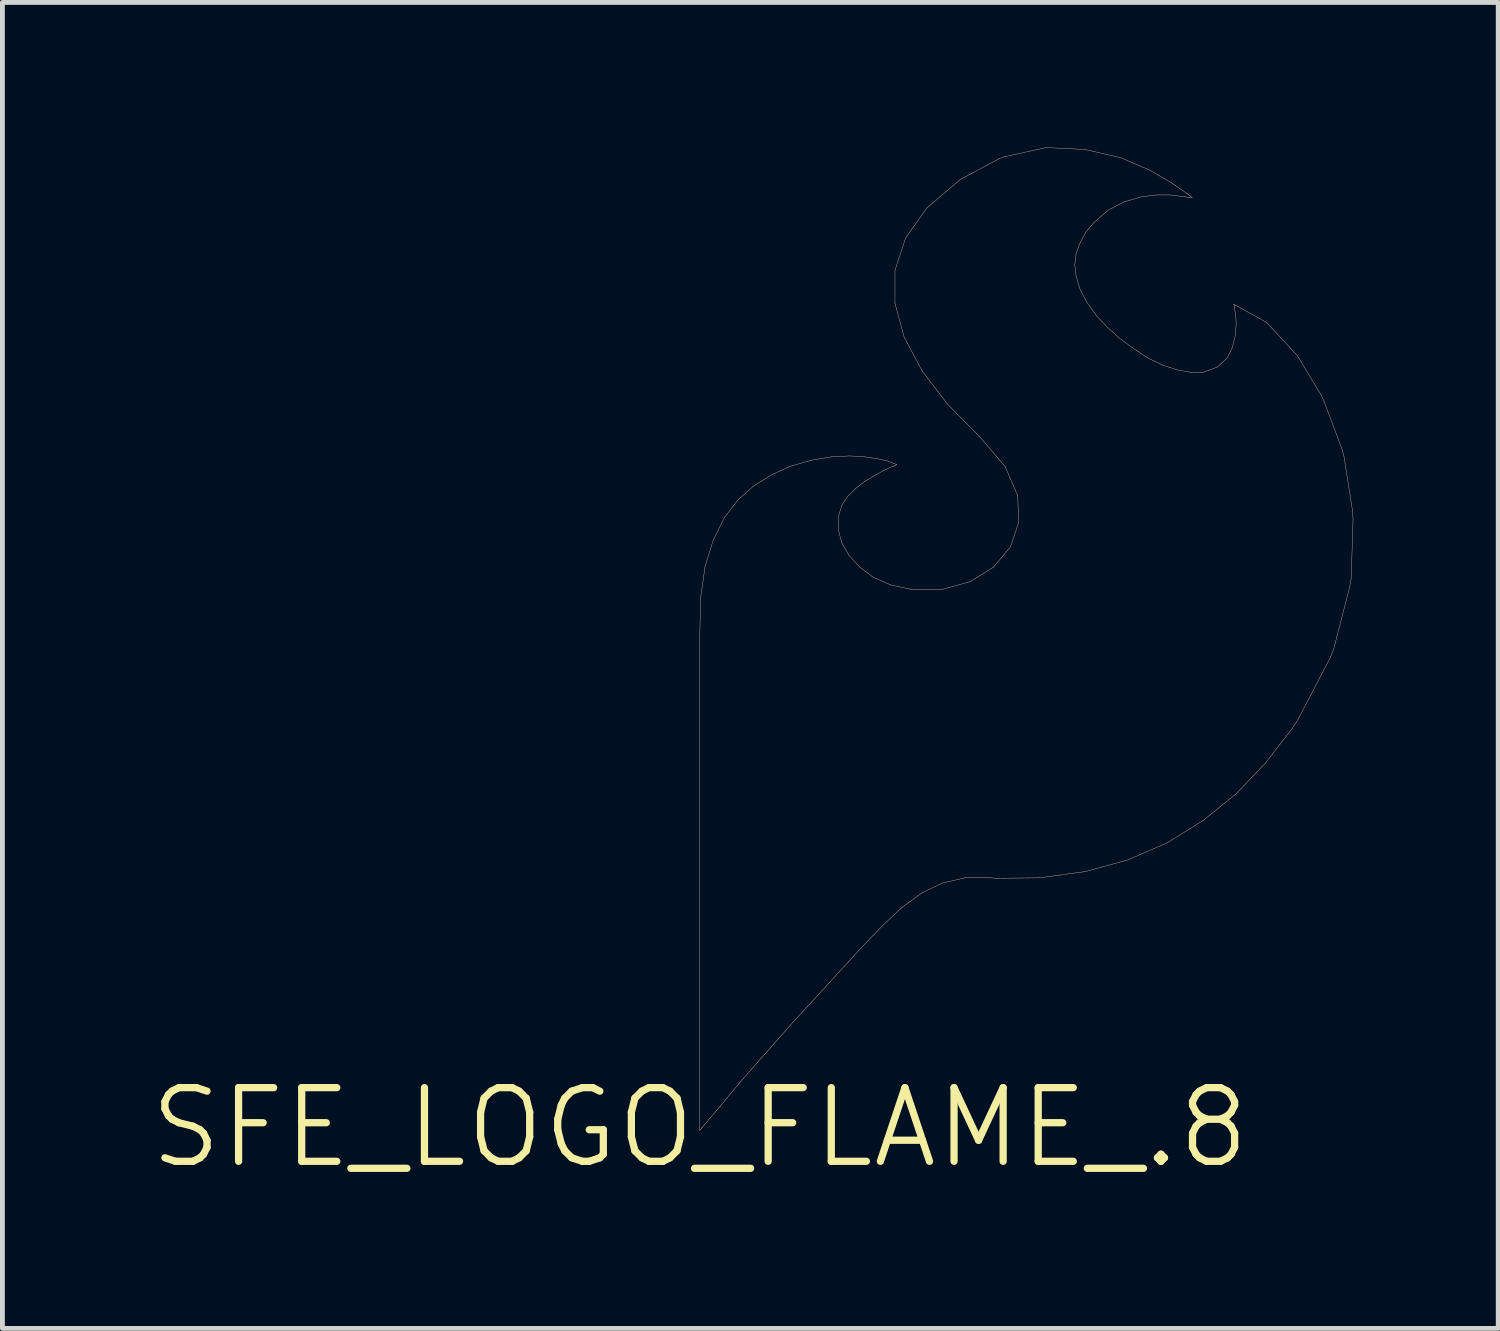
<source format=kicad_pcb>
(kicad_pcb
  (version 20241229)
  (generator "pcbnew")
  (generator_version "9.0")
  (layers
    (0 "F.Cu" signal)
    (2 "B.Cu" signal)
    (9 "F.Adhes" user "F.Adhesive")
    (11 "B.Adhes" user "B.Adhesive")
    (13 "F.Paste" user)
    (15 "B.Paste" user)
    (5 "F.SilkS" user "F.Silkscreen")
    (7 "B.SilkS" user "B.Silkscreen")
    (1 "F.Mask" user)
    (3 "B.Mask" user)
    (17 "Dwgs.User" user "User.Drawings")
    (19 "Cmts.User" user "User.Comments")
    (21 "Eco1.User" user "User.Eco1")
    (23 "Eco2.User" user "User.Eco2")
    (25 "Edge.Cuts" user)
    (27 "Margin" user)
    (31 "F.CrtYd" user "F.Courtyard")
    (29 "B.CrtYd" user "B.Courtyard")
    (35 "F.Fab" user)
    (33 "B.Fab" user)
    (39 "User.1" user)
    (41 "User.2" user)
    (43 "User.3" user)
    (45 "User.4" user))
  (footprint "SFE_LOGO_FLAME_.8"
    (layer "F.Cu")
    (at 11.43 20.283)
    (property "Reference" "SFE_LOGO_FLAME_.8" (at 0 0 0) (layer "F.SilkS") (effects (font (size 1.524 1.524) (thickness 0.15))))
    (attr exclude_from_pos_files exclude_from_bom)
    (fp_line (start 0 -10.188) (end 0 0.058) (stroke (width 0.008) (type solid)) (layer "B.SilkS"))
    (fp_line (start 0 0.058) (end 0.048 0) (stroke (width 0.008) (type solid)) (layer "B.SilkS"))
    (fp_line (start 0.018 -10.958) (end 0 -10.188) (stroke (width 0.008) (type solid)) (layer "B.SilkS"))
    (fp_line (start 0.048 0) (end 0.188 -0.168) (stroke (width 0.008) (type solid)) (layer "B.SilkS"))
    (fp_line (start 0.109 -11.608) (end 0.018 -10.958) (stroke (width 0.008) (type solid)) (layer "B.SilkS"))
    (fp_line (start 0.188 -0.168) (end 0.419 -0.439) (stroke (width 0.008) (type solid)) (layer "B.SilkS"))
    (fp_line (start 0.279 -12.159) (end 0.109 -11.608) (stroke (width 0.008) (type solid)) (layer "B.SilkS"))
    (fp_line (start 0.419 -0.439) (end 0.709 -0.79) (stroke (width 0.008) (type solid)) (layer "B.SilkS"))
    (fp_line (start 0.508 -12.619) (end 0.279 -12.159) (stroke (width 0.008) (type solid)) (layer "B.SilkS"))
    (fp_line (start 0.709 -0.79) (end 1.069 -1.209) (stroke (width 0.008) (type solid)) (layer "B.SilkS"))
    (fp_line (start 0.79 -12.99) (end 0.508 -12.619) (stroke (width 0.008) (type solid)) (layer "B.SilkS"))
    (fp_line (start 1.069 -1.209) (end 1.478 -1.669) (stroke (width 0.008) (type solid)) (layer "B.SilkS"))
    (fp_line (start 1.118 -13.279) (end 0.79 -12.99) (stroke (width 0.008) (type solid)) (layer "B.SilkS"))
    (fp_line (start 1.478 -1.669) (end 1.918 -2.169) (stroke (width 0.008) (type solid)) (layer "B.SilkS"))
    (fp_line (start 1.488 -13.508) (end 1.118 -13.279) (stroke (width 0.008) (type solid)) (layer "B.SilkS"))
    (fp_line (start 1.88 -13.688) (end 1.488 -13.508) (stroke (width 0.008) (type solid)) (layer "B.SilkS"))
    (fp_line (start 1.918 -2.169) (end 2.398 -2.69) (stroke (width 0.008) (type solid)) (layer "B.SilkS"))
    (fp_line (start 2.309 -13.81) (end 1.88 -13.688) (stroke (width 0.008) (type solid)) (layer "B.SilkS"))
    (fp_line (start 2.398 -2.69) (end 2.908 -3.249) (stroke (width 0.008) (type solid)) (layer "B.SilkS"))
    (fp_line (start 2.718 -13.879) (end 2.309 -13.81) (stroke (width 0.008) (type solid)) (layer "B.SilkS"))
    (fp_line (start 2.868 -12.639) (end 2.939 -12.878) (stroke (width 0.008) (type solid)) (layer "B.SilkS"))
    (fp_line (start 2.868 -12.37) (end 2.868 -12.639) (stroke (width 0.008) (type solid)) (layer "B.SilkS"))
    (fp_line (start 2.908 -3.249) (end 3.368 -3.749) (stroke (width 0.008) (type solid)) (layer "B.SilkS"))
    (fp_line (start 2.939 -12.878) (end 3.058 -13.058) (stroke (width 0.008) (type solid)) (layer "B.SilkS"))
    (fp_line (start 2.939 -12.098) (end 2.868 -12.37) (stroke (width 0.008) (type solid)) (layer "B.SilkS"))
    (fp_line (start 3.058 -13.058) (end 3.228 -13.228) (stroke (width 0.008) (type solid)) (layer "B.SilkS"))
    (fp_line (start 3.089 -11.839) (end 2.939 -12.098) (stroke (width 0.008) (type solid)) (layer "B.SilkS"))
    (fp_line (start 3.099 -13.899) (end 2.718 -13.879) (stroke (width 0.008) (type solid)) (layer "B.SilkS"))
    (fp_line (start 3.228 -13.228) (end 3.409 -13.368) (stroke (width 0.008) (type solid)) (layer "B.SilkS"))
    (fp_line (start 3.31 -11.598) (end 3.089 -11.839) (stroke (width 0.008) (type solid)) (layer "B.SilkS"))
    (fp_line (start 3.368 -3.749) (end 3.79 -4.188) (stroke (width 0.008) (type solid)) (layer "B.SilkS"))
    (fp_line (start 3.409 -13.368) (end 3.609 -13.49) (stroke (width 0.008) (type solid)) (layer "B.SilkS"))
    (fp_line (start 3.419 -13.879) (end 3.099 -13.899) (stroke (width 0.008) (type solid)) (layer "B.SilkS"))
    (fp_line (start 3.589 -11.389) (end 3.31 -11.598) (stroke (width 0.008) (type solid)) (layer "B.SilkS"))
    (fp_line (start 3.609 -13.49) (end 3.79 -13.589) (stroke (width 0.008) (type solid)) (layer "B.SilkS"))
    (fp_line (start 3.688 -13.838) (end 3.419 -13.879) (stroke (width 0.008) (type solid)) (layer "B.SilkS"))
    (fp_line (start 3.79 -13.589) (end 3.929 -13.658) (stroke (width 0.008) (type solid)) (layer "B.SilkS"))
    (fp_line (start 3.79 -4.188) (end 4.188 -4.559) (stroke (width 0.008) (type solid)) (layer "B.SilkS"))
    (fp_line (start 3.899 -13.79) (end 3.688 -13.838) (stroke (width 0.008) (type solid)) (layer "B.SilkS"))
    (fp_line (start 3.929 -13.658) (end 4.039 -13.698) (stroke (width 0.008) (type solid)) (layer "B.SilkS"))
    (fp_line (start 3.95 -11.229) (end 3.589 -11.389) (stroke (width 0.008) (type solid)) (layer "B.SilkS"))
    (fp_line (start 4.028 -13.739) (end 3.899 -13.79) (stroke (width 0.008) (type solid)) (layer "B.SilkS"))
    (fp_line (start 4.039 -17.739) (end 4.039 -17.059) (stroke (width 0.008) (type solid)) (layer "B.SilkS"))
    (fp_line (start 4.039 -17.059) (end 4.229 -16.358) (stroke (width 0.008) (type solid)) (layer "B.SilkS"))
    (fp_line (start 4.039 -13.698) (end 4.079 -13.719) (stroke (width 0.008) (type solid)) (layer "B.SilkS"))
    (fp_line (start 4.079 -13.719) (end 4.028 -13.739) (stroke (width 0.008) (type solid)) (layer "B.SilkS"))
    (fp_line (start 4.188 -4.559) (end 4.6 -4.859) (stroke (width 0.008) (type solid)) (layer "B.SilkS"))
    (fp_line (start 4.229 -16.358) (end 4.6 -15.659) (stroke (width 0.008) (type solid)) (layer "B.SilkS"))
    (fp_line (start 4.26 -18.41) (end 4.039 -17.739) (stroke (width 0.008) (type solid)) (layer "B.SilkS"))
    (fp_line (start 4.369 -11.138) (end 3.95 -11.229) (stroke (width 0.008) (type solid)) (layer "B.SilkS"))
    (fp_line (start 4.6 -15.659) (end 5.128 -14.968) (stroke (width 0.008) (type solid)) (layer "B.SilkS"))
    (fp_line (start 4.6 -4.859) (end 5.019 -5.06) (stroke (width 0.008) (type solid)) (layer "B.SilkS"))
    (fp_line (start 4.699 -19.03) (end 4.26 -18.41) (stroke (width 0.008) (type solid)) (layer "B.SilkS"))
    (fp_line (start 5.019 -11.138) (end 4.369 -11.138) (stroke (width 0.008) (type solid)) (layer "B.SilkS"))
    (fp_line (start 5.019 -5.06) (end 5.489 -5.169) (stroke (width 0.008) (type solid)) (layer "B.SilkS"))
    (fp_line (start 5.128 -14.968) (end 5.799 -14.287) (stroke (width 0.008) (type solid)) (layer "B.SilkS"))
    (fp_line (start 5.39 -19.619) (end 4.699 -19.03) (stroke (width 0.008) (type solid)) (layer "B.SilkS"))
    (fp_line (start 5.489 -5.169) (end 6.01 -5.169) (stroke (width 0.008) (type solid)) (layer "B.SilkS"))
    (fp_line (start 5.598 -11.298) (end 5.019 -11.138) (stroke (width 0.008) (type solid)) (layer "B.SilkS"))
    (fp_line (start 5.799 -14.287) (end 6.32 -13.678) (stroke (width 0.008) (type solid)) (layer "B.SilkS"))
    (fp_line (start 6.01 -5.169) (end 6.139 -5.159) (stroke (width 0.008) (type solid)) (layer "B.SilkS"))
    (fp_line (start 6.078 -11.598) (end 5.598 -11.298) (stroke (width 0.008) (type solid)) (layer "B.SilkS"))
    (fp_line (start 6.139 -5.159) (end 7.028 -5.169) (stroke (width 0.008) (type solid)) (layer "B.SilkS"))
    (fp_line (start 6.19 -20.048) (end 5.39 -19.619) (stroke (width 0.008) (type solid)) (layer "B.SilkS"))
    (fp_line (start 6.299 -20.089) (end 6.19 -20.048) (stroke (width 0.008) (type solid)) (layer "B.SilkS"))
    (fp_line (start 6.32 -13.678) (end 6.579 -13.078) (stroke (width 0.008) (type solid)) (layer "B.SilkS"))
    (fp_line (start 6.429 -12.019) (end 6.078 -11.598) (stroke (width 0.008) (type solid)) (layer "B.SilkS"))
    (fp_line (start 6.579 -13.078) (end 6.599 -12.52) (stroke (width 0.008) (type solid)) (layer "B.SilkS"))
    (fp_line (start 6.599 -12.52) (end 6.429 -12.019) (stroke (width 0.008) (type solid)) (layer "B.SilkS"))
    (fp_line (start 7.028 -5.169) (end 7.978 -5.298) (stroke (width 0.008) (type solid)) (layer "B.SilkS"))
    (fp_line (start 7.168 -20.279) (end 6.299 -20.089) (stroke (width 0.008) (type solid)) (layer "B.SilkS"))
    (fp_line (start 7.76 -17.849) (end 7.788 -18.09) (stroke (width 0.008) (type solid)) (layer "B.SilkS"))
    (fp_line (start 7.788 -18.09) (end 7.869 -18.308) (stroke (width 0.008) (type solid)) (layer "B.SilkS"))
    (fp_line (start 7.788 -17.61) (end 7.76 -17.849) (stroke (width 0.008) (type solid)) (layer "B.SilkS"))
    (fp_line (start 7.869 -18.308) (end 7.988 -18.529) (stroke (width 0.008) (type solid)) (layer "B.SilkS"))
    (fp_line (start 7.869 -17.348) (end 7.788 -17.61) (stroke (width 0.008) (type solid)) (layer "B.SilkS"))
    (fp_line (start 7.978 -20.239) (end 7.168 -20.279) (stroke (width 0.008) (type solid)) (layer "B.SilkS"))
    (fp_line (start 7.978 -5.298) (end 8.86 -5.54) (stroke (width 0.008) (type solid)) (layer "B.SilkS"))
    (fp_line (start 7.988 -18.529) (end 8.158 -18.73) (stroke (width 0.008) (type solid)) (layer "B.SilkS"))
    (fp_line (start 8.009 -17.079) (end 7.869 -17.348) (stroke (width 0.008) (type solid)) (layer "B.SilkS"))
    (fp_line (start 8.158 -18.73) (end 8.458 -18.989) (stroke (width 0.008) (type solid)) (layer "B.SilkS"))
    (fp_line (start 8.219 -16.789) (end 8.009 -17.079) (stroke (width 0.008) (type solid)) (layer "B.SilkS"))
    (fp_line (start 8.438 -16.558) (end 8.219 -16.789) (stroke (width 0.008) (type solid)) (layer "B.SilkS"))
    (fp_line (start 8.458 -18.989) (end 8.788 -19.159) (stroke (width 0.008) (type solid)) (layer "B.SilkS"))
    (fp_line (start 8.689 -16.33) (end 8.438 -16.558) (stroke (width 0.008) (type solid)) (layer "B.SilkS"))
    (fp_line (start 8.71 -20.069) (end 7.978 -20.239) (stroke (width 0.008) (type solid)) (layer "B.SilkS"))
    (fp_line (start 8.788 -19.159) (end 9.129 -19.258) (stroke (width 0.008) (type solid)) (layer "B.SilkS"))
    (fp_line (start 8.86 -5.54) (end 9.68 -5.898) (stroke (width 0.008) (type solid)) (layer "B.SilkS"))
    (fp_line (start 8.979 -16.119) (end 8.689 -16.33) (stroke (width 0.008) (type solid)) (layer "B.SilkS"))
    (fp_line (start 9.129 -19.258) (end 9.449 -19.299) (stroke (width 0.008) (type solid)) (layer "B.SilkS"))
    (fp_line (start 9.268 -15.928) (end 8.979 -16.119) (stroke (width 0.008) (type solid)) (layer "B.SilkS"))
    (fp_line (start 9.319 -19.809) (end 8.71 -20.069) (stroke (width 0.008) (type solid)) (layer "B.SilkS"))
    (fp_line (start 9.449 -19.299) (end 9.738 -19.299) (stroke (width 0.008) (type solid)) (layer "B.SilkS"))
    (fp_line (start 9.578 -15.778) (end 9.268 -15.928) (stroke (width 0.008) (type solid)) (layer "B.SilkS"))
    (fp_line (start 9.68 -5.898) (end 10.419 -6.358) (stroke (width 0.008) (type solid)) (layer "B.SilkS"))
    (fp_line (start 9.738 -19.299) (end 9.98 -19.268) (stroke (width 0.008) (type solid)) (layer "B.SilkS"))
    (fp_line (start 9.779 -19.538) (end 9.319 -19.809) (stroke (width 0.008) (type solid)) (layer "B.SilkS"))
    (fp_line (start 9.878 -15.679) (end 9.578 -15.778) (stroke (width 0.008) (type solid)) (layer "B.SilkS"))
    (fp_line (start 9.98 -19.268) (end 10.13 -19.248) (stroke (width 0.008) (type solid)) (layer "B.SilkS"))
    (fp_line (start 10.079 -19.329) (end 9.779 -19.538) (stroke (width 0.008) (type solid)) (layer "B.SilkS"))
    (fp_line (start 10.13 -19.248) (end 10.188 -19.248) (stroke (width 0.008) (type solid)) (layer "B.SilkS"))
    (fp_line (start 10.16 -15.629) (end 9.878 -15.679) (stroke (width 0.008) (type solid)) (layer "B.SilkS"))
    (fp_line (start 10.188 -19.248) (end 10.079 -19.329) (stroke (width 0.008) (type solid)) (layer "B.SilkS"))
    (fp_line (start 10.419 -15.629) (end 10.16 -15.629) (stroke (width 0.008) (type solid)) (layer "B.SilkS"))
    (fp_line (start 10.419 -6.358) (end 11.1 -6.909) (stroke (width 0.008) (type solid)) (layer "B.SilkS"))
    (fp_line (start 10.709 -15.738) (end 10.419 -15.629) (stroke (width 0.008) (type solid)) (layer "B.SilkS"))
    (fp_line (start 10.909 -15.918) (end 10.709 -15.738) (stroke (width 0.008) (type solid)) (layer "B.SilkS"))
    (fp_line (start 11.019 -16.139) (end 10.909 -15.918) (stroke (width 0.008) (type solid)) (layer "B.SilkS"))
    (fp_line (start 11.049 -17.038) (end 11.059 -17.018) (stroke (width 0.008) (type solid)) (layer "B.SilkS"))
    (fp_line (start 11.059 -17.018) (end 11.059 -16.96) (stroke (width 0.008) (type solid)) (layer "B.SilkS"))
    (fp_line (start 11.059 -16.96) (end 11.09 -16.82) (stroke (width 0.008) (type solid)) (layer "B.SilkS"))
    (fp_line (start 11.079 -16.388) (end 11.019 -16.139) (stroke (width 0.008) (type solid)) (layer "B.SilkS"))
    (fp_line (start 11.09 -16.82) (end 11.1 -16.619) (stroke (width 0.008) (type solid)) (layer "B.SilkS"))
    (fp_line (start 11.1 -16.619) (end 11.079 -16.388) (stroke (width 0.008) (type solid)) (layer "B.SilkS"))
    (fp_line (start 11.1 -6.909) (end 11.709 -7.549) (stroke (width 0.008) (type solid)) (layer "B.SilkS"))
    (fp_line (start 11.709 -7.549) (end 12.258 -8.258) (stroke (width 0.008) (type solid)) (layer "B.SilkS"))
    (fp_line (start 11.73 -16.66) (end 11.049 -17.038) (stroke (width 0.008) (type solid)) (layer "B.SilkS"))
    (fp_line (start 12.258 -8.258) (end 12.38 -8.448) (stroke (width 0.008) (type solid)) (layer "B.SilkS"))
    (fp_line (start 12.37 -15.969) (end 11.73 -16.66) (stroke (width 0.008) (type solid)) (layer "B.SilkS"))
    (fp_line (start 12.38 -8.448) (end 13.048 -9.728) (stroke (width 0.008) (type solid)) (layer "B.SilkS"))
    (fp_line (start 12.857 -15.159) (end 12.37 -15.969) (stroke (width 0.008) (type solid)) (layer "B.SilkS"))
    (fp_line (start 12.918 -15.029) (end 12.857 -15.159) (stroke (width 0.008) (type solid)) (layer "B.SilkS"))
    (fp_line (start 13.048 -9.728) (end 13.119 -9.909) (stroke (width 0.008) (type solid)) (layer "B.SilkS"))
    (fp_line (start 13.119 -9.909) (end 13.449 -11.189) (stroke (width 0.008) (type solid)) (layer "B.SilkS"))
    (fp_line (start 13.289 -14.039) (end 12.918 -15.029) (stroke (width 0.008) (type solid)) (layer "B.SilkS"))
    (fp_line (start 13.33 -13.889) (end 13.289 -14.039) (stroke (width 0.008) (type solid)) (layer "B.SilkS"))
    (fp_line (start 13.449 -11.189) (end 13.48 -11.369) (stroke (width 0.008) (type solid)) (layer "B.SilkS"))
    (fp_line (start 13.48 -11.369) (end 13.518 -12.588) (stroke (width 0.008) (type solid)) (layer "B.SilkS"))
    (fp_line (start 13.508 -12.758) (end 13.33 -13.889) (stroke (width 0.008) (type solid)) (layer "B.SilkS"))
    (fp_line (start 13.518 -12.588) (end 13.508 -12.758) (stroke (width 0.008) (type solid)) (layer "B.SilkS")))
  (gr_rect
    (start -3 -3)
    (end 27.952 24.438)
    (stroke (width 0.1) (type default))
    (fill no)
    (layer "Edge.Cuts")))
</source>
